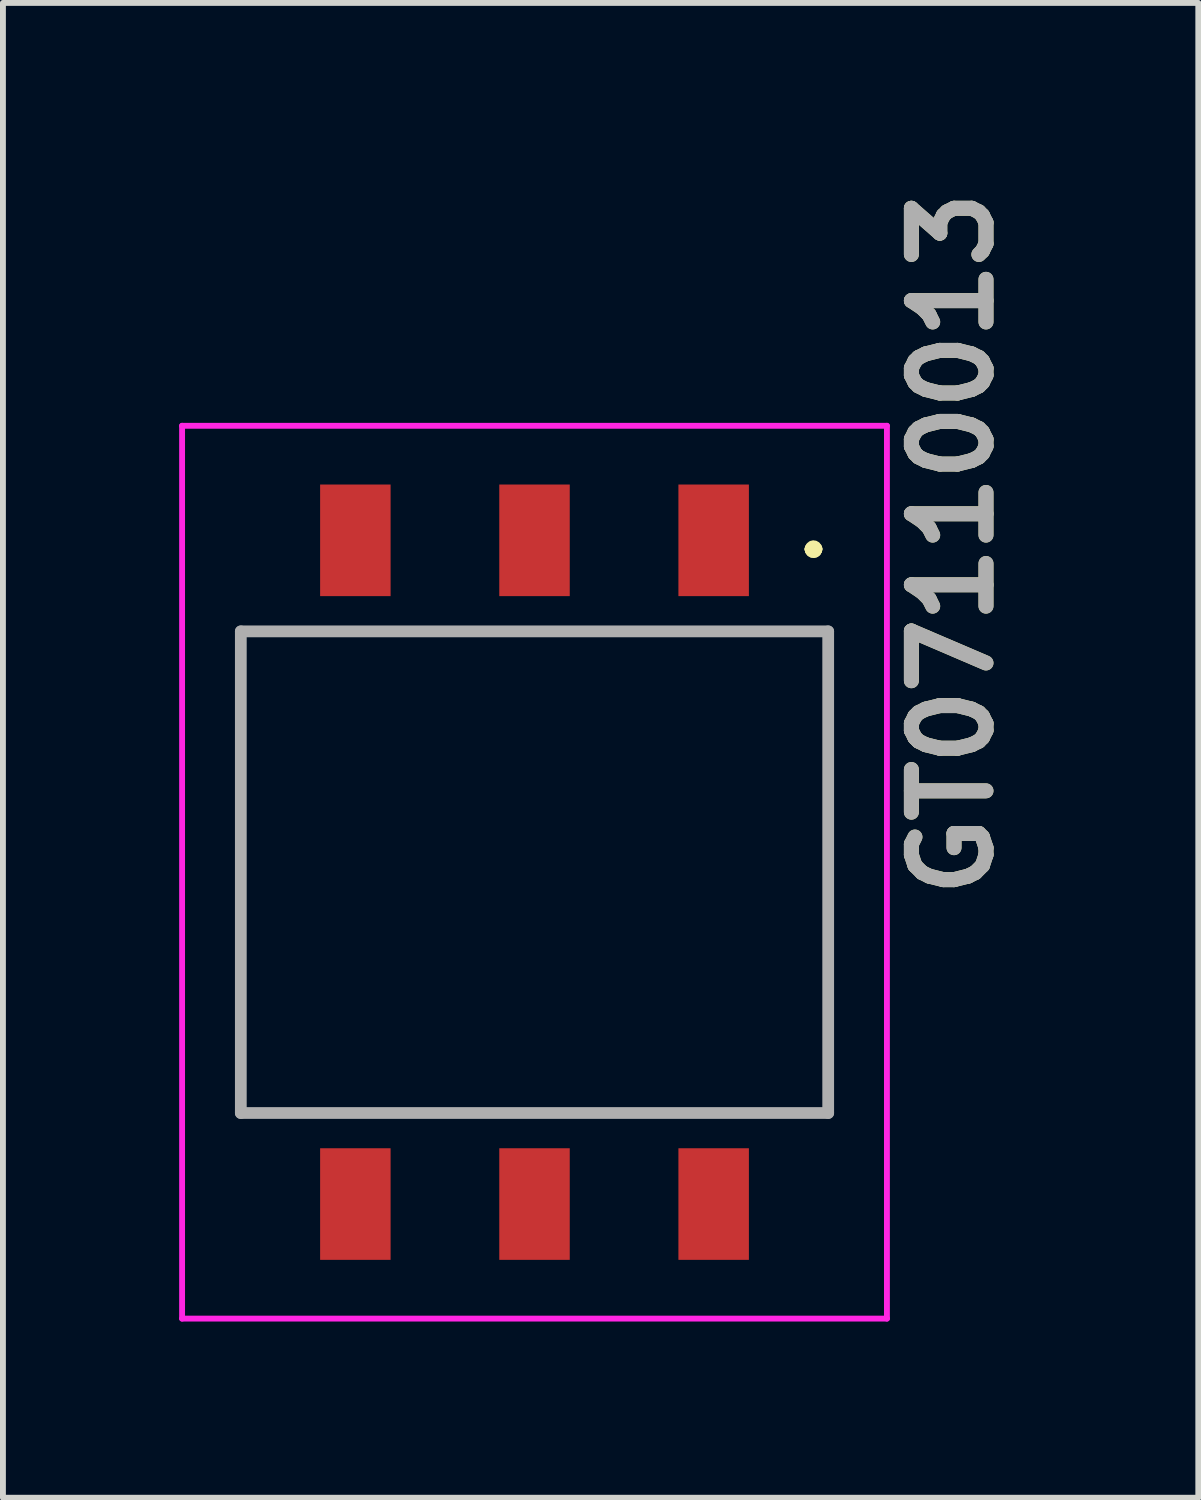
<source format=kicad_pcb>
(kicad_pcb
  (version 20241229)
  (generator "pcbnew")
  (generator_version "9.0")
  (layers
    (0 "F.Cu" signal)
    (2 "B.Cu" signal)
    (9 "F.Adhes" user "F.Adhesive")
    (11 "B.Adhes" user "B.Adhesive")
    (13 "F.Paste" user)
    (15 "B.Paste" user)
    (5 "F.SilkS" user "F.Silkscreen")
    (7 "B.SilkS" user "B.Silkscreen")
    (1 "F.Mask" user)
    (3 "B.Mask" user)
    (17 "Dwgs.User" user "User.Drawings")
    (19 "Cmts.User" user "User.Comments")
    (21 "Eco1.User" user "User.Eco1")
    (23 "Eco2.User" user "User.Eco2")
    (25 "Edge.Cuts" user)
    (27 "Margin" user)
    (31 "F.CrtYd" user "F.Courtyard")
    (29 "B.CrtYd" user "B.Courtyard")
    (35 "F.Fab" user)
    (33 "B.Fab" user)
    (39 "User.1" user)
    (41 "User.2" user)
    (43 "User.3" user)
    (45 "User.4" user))
  (footprint "GT07110013"
    (layer "F.Cu")
    (at 6.05 11.799)
    (property "Reference" "GT07110013" (at 7.112 -5.588 270) (layer "F.SilkS") (effects (font (size 1.27 1.27) (thickness 0.254))))
    (attr smd)
    (fp_line (start -5 -4.1) (end 5 -4.1) (stroke (width 0.1) (type solid)) (layer "F.SilkS"))
    (fp_line (start -5 4.1) (end -5 -4.1) (stroke (width 0.1) (type solid)) (layer "F.SilkS"))
    (fp_line (start 4.7 -5.5) (end 4.7 -5.5) (stroke (width 0.2) (type solid)) (layer "F.SilkS"))
    (fp_line (start 4.7 -5.5) (end 4.7 -5.5) (stroke (width 0.2) (type solid)) (layer "F.SilkS"))
    (fp_line (start 4.8 -5.5) (end 4.8 -5.5) (stroke (width 0.2) (type solid)) (layer "F.SilkS"))
    (fp_line (start 5 -4.1) (end 5 4.1) (stroke (width 0.1) (type solid)) (layer "F.SilkS"))
    (fp_line (start 5 4.1) (end -5 4.1) (stroke (width 0.1) (type solid)) (layer "F.SilkS"))
    (fp_arc (start 4.7 -5.5) (mid 4.75 -5.55) (end 4.8 -5.5) (stroke (width 0.2) (type solid)) (layer "F.SilkS"))
    (fp_arc (start 4.8 -5.5) (mid 4.75 -5.45) (end 4.7 -5.5) (stroke (width 0.2) (type solid)) (layer "F.SilkS"))
    (fp_arc (start 4.8 -5.5) (mid 4.75 -5.45) (end 4.7 -5.5) (stroke (width 0.2) (type solid)) (layer "F.SilkS"))
    (fp_line (start -6 -7.6) (end 6 -7.6) (stroke (width 0.1) (type solid)) (layer "F.CrtYd"))
    (fp_line (start -6 7.6) (end -6 -7.6) (stroke (width 0.1) (type solid)) (layer "F.CrtYd"))
    (fp_line (start 6 -7.6) (end 6 7.6) (stroke (width 0.1) (type solid)) (layer "F.CrtYd"))
    (fp_line (start 6 7.6) (end -6 7.6) (stroke (width 0.1) (type solid)) (layer "F.CrtYd"))
    (fp_line (start -5 -4.1) (end -5 4.1) (stroke (width 0.2) (type solid)) (layer "F.Fab"))
    (fp_line (start -5 4.1) (end 5 4.1) (stroke (width 0.2) (type solid)) (layer "F.Fab"))
    (fp_line (start 5 -4.1) (end -5 -4.1) (stroke (width 0.2) (type solid)) (layer "F.Fab"))
    (fp_line (start 5 4.1) (end 5 -4.1) (stroke (width 0.2) (type solid)) (layer "F.Fab"))
    (fp_text user "${REFERENCE}" (at 7.112 -5.588 270) (layer "F.Fab") (effects (font (size 1.27 1.27) (thickness 0.254))))
    (pad "1" smd rect (at 3.05 -5.65) (size 1.2 1.9) (layers "F.Cu" "F.Mask" "F.Paste"))
    (pad "2" smd rect (at 0 -5.65) (size 1.2 1.9) (layers "F.Cu" "F.Mask" "F.Paste"))
    (pad "3" smd rect (at -3.05 -5.65) (size 1.2 1.9) (layers "F.Cu" "F.Mask" "F.Paste"))
    (pad "4" smd rect (at -3.05 5.65) (size 1.2 1.9) (layers "F.Cu" "F.Mask" "F.Paste"))
    (pad "5" smd rect (at 0 5.65) (size 1.2 1.9) (layers "F.Cu" "F.Mask" "F.Paste"))
    (pad "6" smd rect (at 3.05 5.65) (size 1.2 1.9) (layers "F.Cu" "F.Mask" "F.Paste")))
  (gr_rect
    (start -3 -3)
    (end 17.351 22.449)
    (stroke (width 0.1) (type default))
    (fill no)
    (layer "Edge.Cuts")))
</source>
